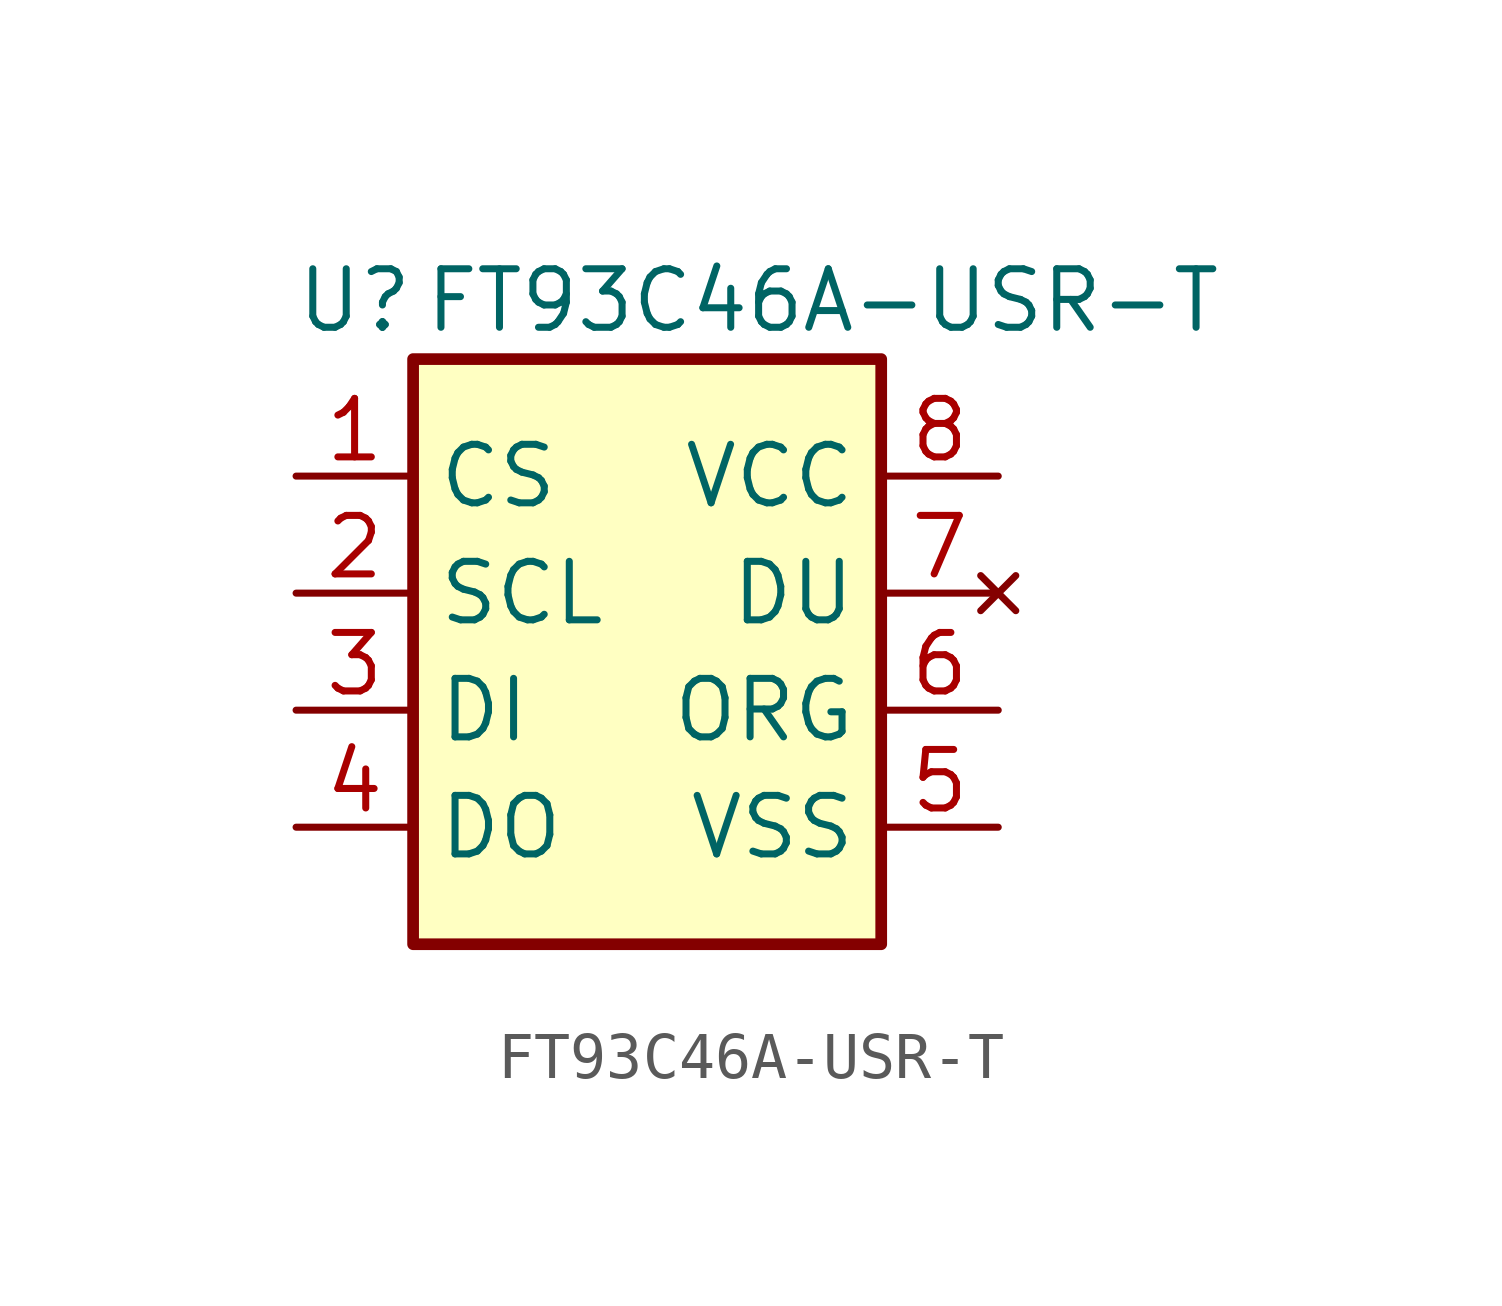
<source format=kicad_sym>
(kicad_symbol_lib
  (version 20220914)
  (generator kicad_symbol_editor)
  (symbol "FT93C46A-USR-T"
    (property "Reference" "U"
      (at -6.35 6.35 0)
      (effects (font (size 1.27 1.27))))
    (property "Value" "FT93C46A-USR-T"
      (at 3.81 6.35 0)
      (effects (font (size 1.27 1.27))))
    (symbol "FT93C46A-USR-T_0_1"
      (rectangle (start -5.08 5.08) (end 5.08 -7.62) (stroke (width 0.254) (type default)) (fill (type background))))
    (symbol "FT93C46A-USR-T_1_1"
      (pin input line (at -7.62 2.54 0) (length 2.54) (name "CS" (effects (font (size 1.27 1.27)))) (number "1" (effects (font (size 1.27 1.27)))))
      (pin input line (at -7.62 0 0) (length 2.54) (name "SCL" (effects (font (size 1.27 1.27)))) (number "2" (effects (font (size 1.27 1.27)))))
      (pin input line (at -7.62 -2.54 0) (length 2.54) (name "DI" (effects (font (size 1.27 1.27)))) (number "3" (effects (font (size 1.27 1.27)))))
      (pin output line (at -7.62 -5.08 0) (length 2.54) (name "DO" (effects (font (size 1.27 1.27)))) (number "4" (effects (font (size 1.27 1.27)))))
      (pin power_in line (at 7.62 -5.08 180) (length 2.54) (name "VSS" (effects (font (size 1.27 1.27)))) (number "5" (effects (font (size 1.27 1.27)))))
      (pin input line (at 7.62 -2.54 180) (length 2.54) (name "ORG" (effects (font (size 1.27 1.27)))) (number "6" (effects (font (size 1.27 1.27)))))
      (pin no_connect line (at 7.62 0 180) (length 2.54) (name "DU" (effects (font (size 1.27 1.27)))) (number "7" (effects (font (size 1.27 1.27)))))
      (pin power_in line (at 7.62 2.54 180) (length 2.54) (name "VCC" (effects (font (size 1.27 1.27)))) (number "8" (effects (font (size 1.27 1.27))))))))
</source>
